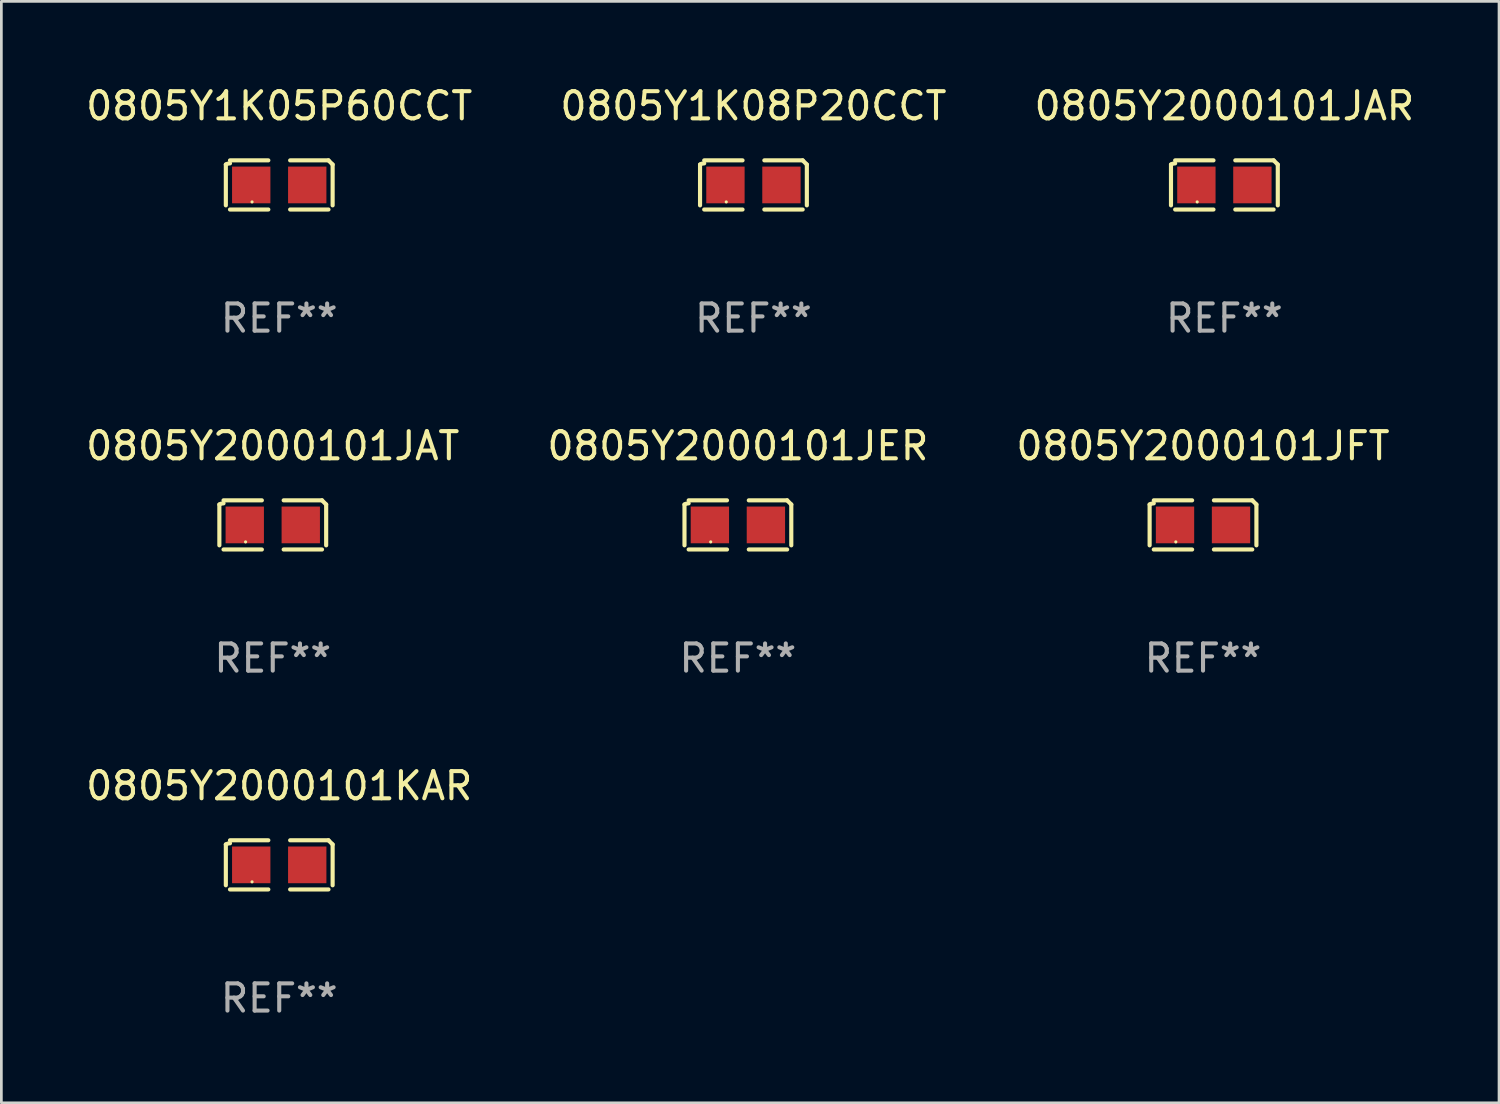
<source format=kicad_pcb>
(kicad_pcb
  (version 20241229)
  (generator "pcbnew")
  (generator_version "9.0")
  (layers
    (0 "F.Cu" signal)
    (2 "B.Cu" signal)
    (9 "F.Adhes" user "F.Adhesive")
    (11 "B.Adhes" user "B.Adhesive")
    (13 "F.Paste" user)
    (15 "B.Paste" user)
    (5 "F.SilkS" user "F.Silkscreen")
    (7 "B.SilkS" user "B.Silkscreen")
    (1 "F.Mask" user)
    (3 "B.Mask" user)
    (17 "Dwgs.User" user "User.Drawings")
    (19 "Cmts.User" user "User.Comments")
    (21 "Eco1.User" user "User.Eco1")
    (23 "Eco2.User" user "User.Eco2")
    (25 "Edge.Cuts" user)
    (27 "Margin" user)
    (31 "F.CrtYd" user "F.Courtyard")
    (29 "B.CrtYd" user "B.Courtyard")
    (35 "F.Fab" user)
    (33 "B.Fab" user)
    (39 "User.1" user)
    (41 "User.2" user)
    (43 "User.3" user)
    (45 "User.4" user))
  (footprint "0805Y1K05P60CCT"
    (layer "F.Cu")
    (at 7.22 3.752)
    (property "Reference" "0805Y1K05P60CCT" (at 0 -2.904 0) (layer "F.SilkS") (effects (font (size 1 1) (thickness 0.15))))
    (attr through_hole)
    (fp_line (start -1.964 0.751) (end -1.964 -0.751) (stroke (width 0.152) (type solid)) (layer "F.SilkS"))
    (fp_line (start -1.811 -0.904) (end -0.401 -0.904) (stroke (width 0.152) (type solid)) (layer "F.SilkS"))
    (fp_line (start -0.401 0.904) (end -1.811 0.904) (stroke (width 0.152) (type solid)) (layer "F.SilkS"))
    (fp_line (start 0.401 0.904) (end 1.811 0.904) (stroke (width 0.152) (type solid)) (layer "F.SilkS"))
    (fp_line (start 1.811 -0.904) (end 0.401 -0.904) (stroke (width 0.152) (type solid)) (layer "F.SilkS"))
    (fp_line (start 1.964 0.751) (end 1.964 -0.751) (stroke (width 0.152) (type solid)) (layer "F.SilkS"))
    (fp_arc (start -1.963602 -0.751207) (mid -1.890354 -0.783131) (end -1.811201 -0.794044) (stroke (width 0.1524) (type solid)) (layer "F.SilkS"))
    (fp_arc (start 1.811202 -0.903607) (mid 1.887413 -0.827418) (end 1.963602 -0.751207) (stroke (width 0.1524) (type solid)) (layer "F.SilkS"))
    (fp_circle (center -1 0.625) (end -0.97 0.625) (stroke (width 0.06) (type solid)) (fill no) (layer "F.SilkS"))
    (fp_text user "REF**" (at 0 4.904 0) (layer "F.Fab") (effects (font (size 1 1) (thickness 0.15))))
    (pad "1" smd rect (at -1.03 0) (size 1.41 1.35) (layers "F.Cu" "F.Mask" "F.Paste"))
    (pad "2" smd rect (at 1.03 0) (size 1.41 1.35) (layers "F.Cu" "F.Mask" "F.Paste")))
  (footprint "0805Y2000101JFT"
    (layer "F.Cu")
    (at 41.196 16.256)
    (property "Reference" "0805Y2000101JFT" (at 0 -2.904 0) (layer "F.SilkS") (effects (font (size 1 1) (thickness 0.15))))
    (attr through_hole)
    (fp_line (start -1.964 0.751) (end -1.964 -0.751) (stroke (width 0.152) (type solid)) (layer "F.SilkS"))
    (fp_line (start -1.811 -0.904) (end -0.401 -0.904) (stroke (width 0.152) (type solid)) (layer "F.SilkS"))
    (fp_line (start -0.401 0.904) (end -1.811 0.904) (stroke (width 0.152) (type solid)) (layer "F.SilkS"))
    (fp_line (start 0.401 0.904) (end 1.811 0.904) (stroke (width 0.152) (type solid)) (layer "F.SilkS"))
    (fp_line (start 1.811 -0.904) (end 0.401 -0.904) (stroke (width 0.152) (type solid)) (layer "F.SilkS"))
    (fp_line (start 1.964 0.751) (end 1.964 -0.751) (stroke (width 0.152) (type solid)) (layer "F.SilkS"))
    (fp_arc (start -1.963602 -0.751207) (mid -1.890354 -0.783131) (end -1.811201 -0.794044) (stroke (width 0.1524) (type solid)) (layer "F.SilkS"))
    (fp_arc (start 1.811202 -0.903607) (mid 1.887413 -0.827418) (end 1.963602 -0.751207) (stroke (width 0.1524) (type solid)) (layer "F.SilkS"))
    (fp_circle (center -1 0.625) (end -0.97 0.625) (stroke (width 0.06) (type solid)) (fill no) (layer "F.SilkS"))
    (fp_text user "REF**" (at 0 4.904 0) (layer "F.Fab") (effects (font (size 1 1) (thickness 0.15))))
    (pad "1" smd rect (at -1.03 0) (size 1.41 1.35) (layers "F.Cu" "F.Mask" "F.Paste"))
    (pad "2" smd rect (at 1.03 0) (size 1.41 1.35) (layers "F.Cu" "F.Mask" "F.Paste")))
  (footprint "0805Y2000101JAT"
    (layer "F.Cu")
    (at 6.982 16.256)
    (property "Reference" "0805Y2000101JAT" (at 0 -2.904 0) (layer "F.SilkS") (effects (font (size 1 1) (thickness 0.15))))
    (attr through_hole)
    (fp_line (start -1.964 0.751) (end -1.964 -0.751) (stroke (width 0.152) (type solid)) (layer "F.SilkS"))
    (fp_line (start -1.811 -0.904) (end -0.401 -0.904) (stroke (width 0.152) (type solid)) (layer "F.SilkS"))
    (fp_line (start -0.401 0.904) (end -1.811 0.904) (stroke (width 0.152) (type solid)) (layer "F.SilkS"))
    (fp_line (start 0.401 0.904) (end 1.811 0.904) (stroke (width 0.152) (type solid)) (layer "F.SilkS"))
    (fp_line (start 1.811 -0.904) (end 0.401 -0.904) (stroke (width 0.152) (type solid)) (layer "F.SilkS"))
    (fp_line (start 1.964 0.751) (end 1.964 -0.751) (stroke (width 0.152) (type solid)) (layer "F.SilkS"))
    (fp_arc (start -1.963602 -0.751207) (mid -1.890354 -0.783131) (end -1.811201 -0.794044) (stroke (width 0.1524) (type solid)) (layer "F.SilkS"))
    (fp_arc (start 1.811202 -0.903607) (mid 1.887413 -0.827418) (end 1.963602 -0.751207) (stroke (width 0.1524) (type solid)) (layer "F.SilkS"))
    (fp_circle (center -1 0.625) (end -0.97 0.625) (stroke (width 0.06) (type solid)) (fill no) (layer "F.SilkS"))
    (fp_text user "REF**" (at 0 4.904 0) (layer "F.Fab") (effects (font (size 1 1) (thickness 0.15))))
    (pad "1" smd rect (at -1.03 0) (size 1.41 1.35) (layers "F.Cu" "F.Mask" "F.Paste"))
    (pad "2" smd rect (at 1.03 0) (size 1.41 1.35) (layers "F.Cu" "F.Mask" "F.Paste")))
  (footprint "0805Y1K08P20CCT"
    (layer "F.Cu")
    (at 24.661 3.752)
    (property "Reference" "0805Y1K08P20CCT" (at 0 -2.904 0) (layer "F.SilkS") (effects (font (size 1 1) (thickness 0.15))))
    (attr through_hole)
    (fp_line (start -1.964 0.751) (end -1.964 -0.751) (stroke (width 0.152) (type solid)) (layer "F.SilkS"))
    (fp_line (start -1.811 -0.904) (end -0.401 -0.904) (stroke (width 0.152) (type solid)) (layer "F.SilkS"))
    (fp_line (start -0.401 0.904) (end -1.811 0.904) (stroke (width 0.152) (type solid)) (layer "F.SilkS"))
    (fp_line (start 0.401 0.904) (end 1.811 0.904) (stroke (width 0.152) (type solid)) (layer "F.SilkS"))
    (fp_line (start 1.811 -0.904) (end 0.401 -0.904) (stroke (width 0.152) (type solid)) (layer "F.SilkS"))
    (fp_line (start 1.964 0.751) (end 1.964 -0.751) (stroke (width 0.152) (type solid)) (layer "F.SilkS"))
    (fp_arc (start -1.963602 -0.751207) (mid -1.890354 -0.783131) (end -1.811201 -0.794044) (stroke (width 0.1524) (type solid)) (layer "F.SilkS"))
    (fp_arc (start 1.811202 -0.903607) (mid 1.887413 -0.827418) (end 1.963602 -0.751207) (stroke (width 0.1524) (type solid)) (layer "F.SilkS"))
    (fp_circle (center -1 0.625) (end -0.97 0.625) (stroke (width 0.06) (type solid)) (fill no) (layer "F.SilkS"))
    (fp_text user "REF**" (at 0 4.904 0) (layer "F.Fab") (effects (font (size 1 1) (thickness 0.15))))
    (pad "1" smd rect (at -1.03 0) (size 1.41 1.35) (layers "F.Cu" "F.Mask" "F.Paste"))
    (pad "2" smd rect (at 1.03 0) (size 1.41 1.35) (layers "F.Cu" "F.Mask" "F.Paste")))
  (footprint "0805Y2000101KAR"
    (layer "F.Cu")
    (at 7.22 28.759)
    (property "Reference" "0805Y2000101KAR" (at 0 -2.904 0) (layer "F.SilkS") (effects (font (size 1 1) (thickness 0.15))))
    (attr through_hole)
    (fp_line (start -1.964 0.751) (end -1.964 -0.751) (stroke (width 0.152) (type solid)) (layer "F.SilkS"))
    (fp_line (start -1.811 -0.904) (end -0.401 -0.904) (stroke (width 0.152) (type solid)) (layer "F.SilkS"))
    (fp_line (start -0.401 0.904) (end -1.811 0.904) (stroke (width 0.152) (type solid)) (layer "F.SilkS"))
    (fp_line (start 0.401 0.904) (end 1.811 0.904) (stroke (width 0.152) (type solid)) (layer "F.SilkS"))
    (fp_line (start 1.811 -0.904) (end 0.401 -0.904) (stroke (width 0.152) (type solid)) (layer "F.SilkS"))
    (fp_line (start 1.964 0.751) (end 1.964 -0.751) (stroke (width 0.152) (type solid)) (layer "F.SilkS"))
    (fp_arc (start -1.963602 -0.751207) (mid -1.890354 -0.783131) (end -1.811201 -0.794044) (stroke (width 0.1524) (type solid)) (layer "F.SilkS"))
    (fp_arc (start 1.811202 -0.903607) (mid 1.887413 -0.827418) (end 1.963602 -0.751207) (stroke (width 0.1524) (type solid)) (layer "F.SilkS"))
    (fp_circle (center -1 0.625) (end -0.97 0.625) (stroke (width 0.06) (type solid)) (fill no) (layer "F.SilkS"))
    (fp_text user "REF**" (at 0 4.904 0) (layer "F.Fab") (effects (font (size 1 1) (thickness 0.15))))
    (pad "1" smd rect (at -1.03 0) (size 1.41 1.35) (layers "F.Cu" "F.Mask" "F.Paste"))
    (pad "2" smd rect (at 1.03 0) (size 1.41 1.35) (layers "F.Cu" "F.Mask" "F.Paste")))
  (footprint "0805Y2000101JER"
    (layer "F.Cu")
    (at 24.089 16.256)
    (property "Reference" "0805Y2000101JER" (at 0 -2.904 0) (layer "F.SilkS") (effects (font (size 1 1) (thickness 0.15))))
    (attr through_hole)
    (fp_line (start -1.964 0.751) (end -1.964 -0.751) (stroke (width 0.152) (type solid)) (layer "F.SilkS"))
    (fp_line (start -1.811 -0.904) (end -0.401 -0.904) (stroke (width 0.152) (type solid)) (layer "F.SilkS"))
    (fp_line (start -0.401 0.904) (end -1.811 0.904) (stroke (width 0.152) (type solid)) (layer "F.SilkS"))
    (fp_line (start 0.401 0.904) (end 1.811 0.904) (stroke (width 0.152) (type solid)) (layer "F.SilkS"))
    (fp_line (start 1.811 -0.904) (end 0.401 -0.904) (stroke (width 0.152) (type solid)) (layer "F.SilkS"))
    (fp_line (start 1.964 0.751) (end 1.964 -0.751) (stroke (width 0.152) (type solid)) (layer "F.SilkS"))
    (fp_arc (start -1.963602 -0.751207) (mid -1.890354 -0.783131) (end -1.811201 -0.794044) (stroke (width 0.1524) (type solid)) (layer "F.SilkS"))
    (fp_arc (start 1.811202 -0.903607) (mid 1.887413 -0.827418) (end 1.963602 -0.751207) (stroke (width 0.1524) (type solid)) (layer "F.SilkS"))
    (fp_circle (center -1 0.625) (end -0.97 0.625) (stroke (width 0.06) (type solid)) (fill no) (layer "F.SilkS"))
    (fp_text user "REF**" (at 0 4.904 0) (layer "F.Fab") (effects (font (size 1 1) (thickness 0.15))))
    (pad "1" smd rect (at -1.03 0) (size 1.41 1.35) (layers "F.Cu" "F.Mask" "F.Paste"))
    (pad "2" smd rect (at 1.03 0) (size 1.41 1.35) (layers "F.Cu" "F.Mask" "F.Paste")))
  (footprint "0805Y2000101JAR"
    (layer "F.Cu")
    (at 41.982 3.752)
    (property "Reference" "0805Y2000101JAR" (at 0 -2.904 0) (layer "F.SilkS") (effects (font (size 1 1) (thickness 0.15))))
    (attr through_hole)
    (fp_line (start -1.964 0.751) (end -1.964 -0.751) (stroke (width 0.152) (type solid)) (layer "F.SilkS"))
    (fp_line (start -1.811 -0.904) (end -0.401 -0.904) (stroke (width 0.152) (type solid)) (layer "F.SilkS"))
    (fp_line (start -0.401 0.904) (end -1.811 0.904) (stroke (width 0.152) (type solid)) (layer "F.SilkS"))
    (fp_line (start 0.401 0.904) (end 1.811 0.904) (stroke (width 0.152) (type solid)) (layer "F.SilkS"))
    (fp_line (start 1.811 -0.904) (end 0.401 -0.904) (stroke (width 0.152) (type solid)) (layer "F.SilkS"))
    (fp_line (start 1.964 0.751) (end 1.964 -0.751) (stroke (width 0.152) (type solid)) (layer "F.SilkS"))
    (fp_arc (start -1.963602 -0.751207) (mid -1.890354 -0.783131) (end -1.811201 -0.794044) (stroke (width 0.1524) (type solid)) (layer "F.SilkS"))
    (fp_arc (start 1.811202 -0.903607) (mid 1.887413 -0.827418) (end 1.963602 -0.751207) (stroke (width 0.1524) (type solid)) (layer "F.SilkS"))
    (fp_circle (center -1 0.625) (end -0.97 0.625) (stroke (width 0.06) (type solid)) (fill no) (layer "F.SilkS"))
    (fp_text user "REF**" (at 0 4.904 0) (layer "F.Fab") (effects (font (size 1 1) (thickness 0.15))))
    (pad "1" smd rect (at -1.03 0) (size 1.41 1.35) (layers "F.Cu" "F.Mask" "F.Paste"))
    (pad "2" smd rect (at 1.03 0) (size 1.41 1.35) (layers "F.Cu" "F.Mask" "F.Paste")))
  (gr_rect
    (start -3 -3)
    (end 52.083 37.511)
    (stroke (width 0.1) (type default))
    (fill no)
    (layer "Edge.Cuts")))
</source>
